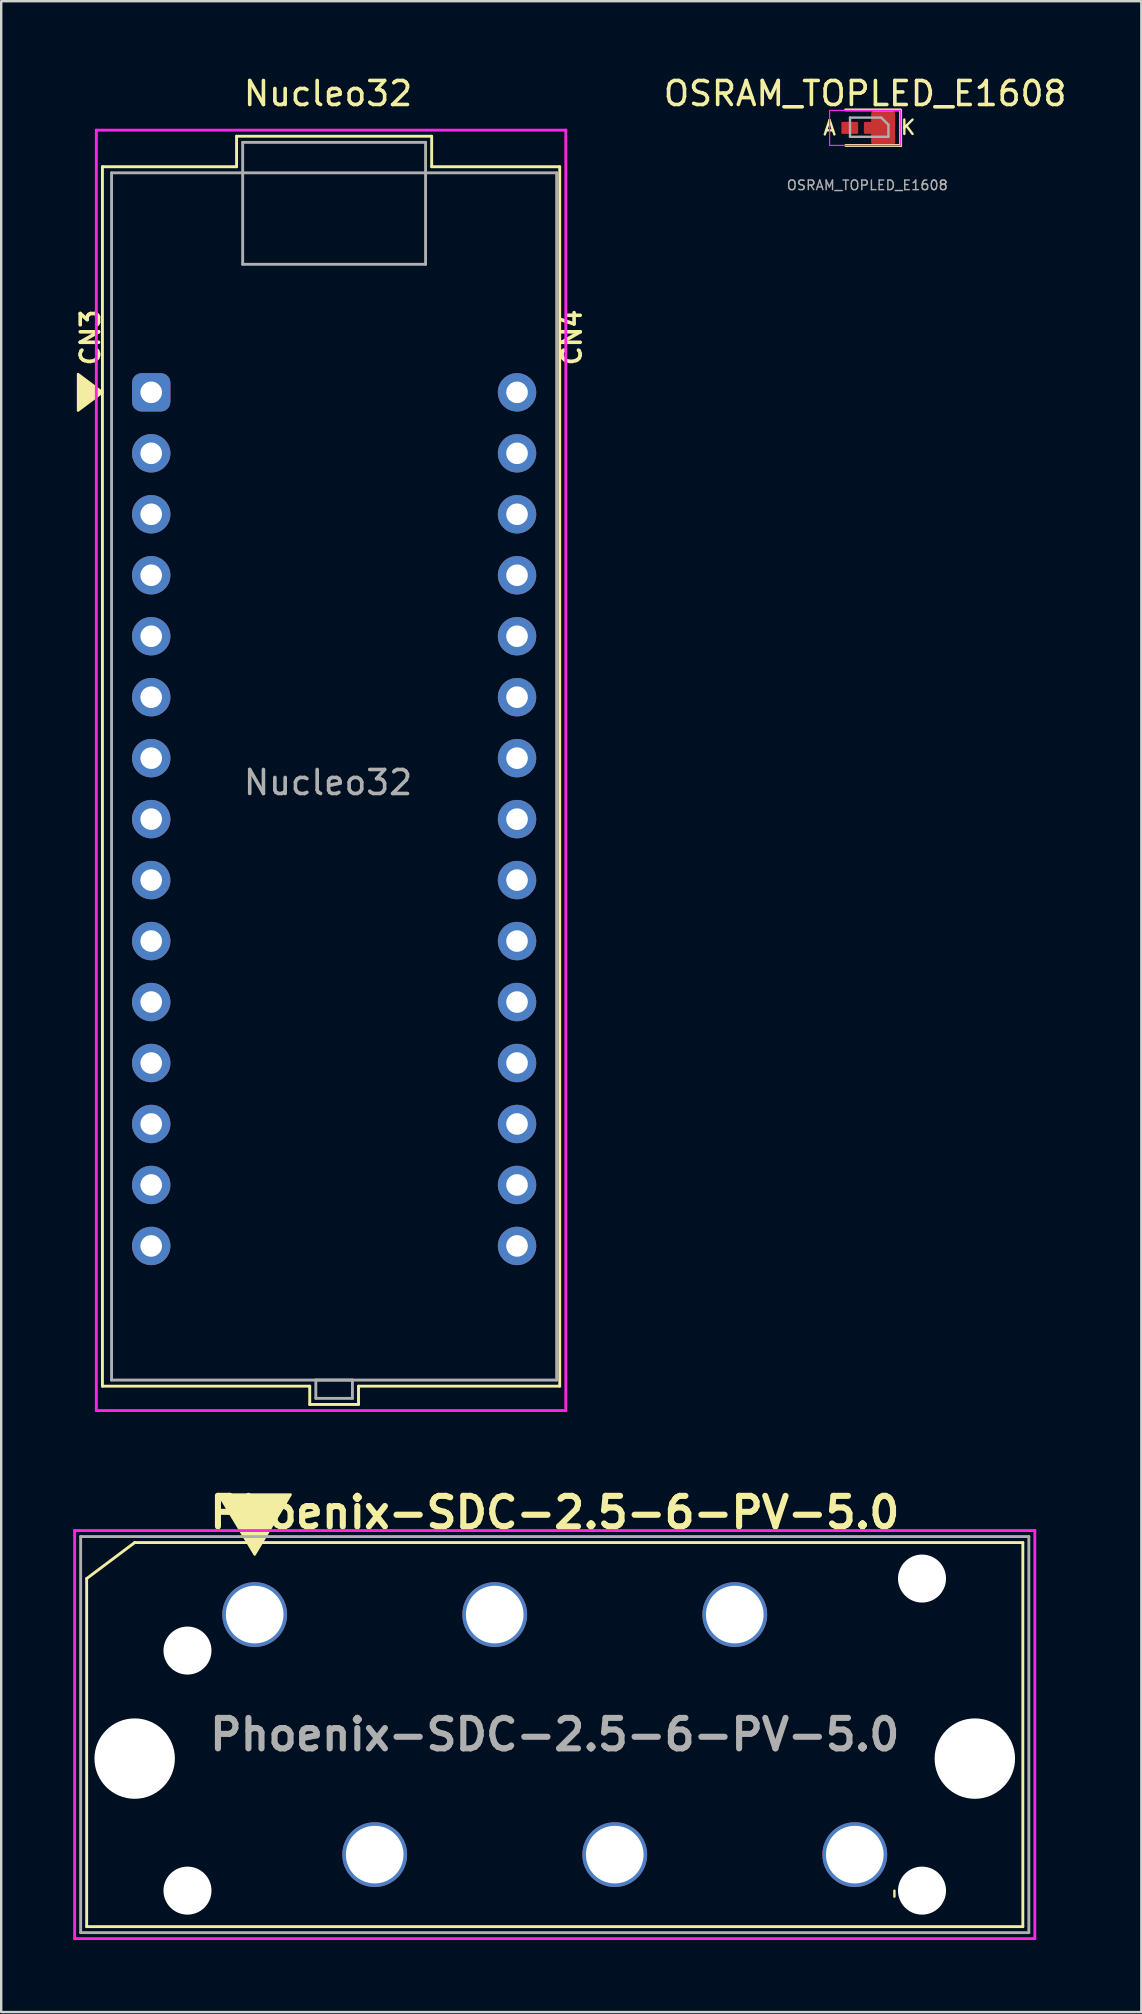
<source format=kicad_pcb>
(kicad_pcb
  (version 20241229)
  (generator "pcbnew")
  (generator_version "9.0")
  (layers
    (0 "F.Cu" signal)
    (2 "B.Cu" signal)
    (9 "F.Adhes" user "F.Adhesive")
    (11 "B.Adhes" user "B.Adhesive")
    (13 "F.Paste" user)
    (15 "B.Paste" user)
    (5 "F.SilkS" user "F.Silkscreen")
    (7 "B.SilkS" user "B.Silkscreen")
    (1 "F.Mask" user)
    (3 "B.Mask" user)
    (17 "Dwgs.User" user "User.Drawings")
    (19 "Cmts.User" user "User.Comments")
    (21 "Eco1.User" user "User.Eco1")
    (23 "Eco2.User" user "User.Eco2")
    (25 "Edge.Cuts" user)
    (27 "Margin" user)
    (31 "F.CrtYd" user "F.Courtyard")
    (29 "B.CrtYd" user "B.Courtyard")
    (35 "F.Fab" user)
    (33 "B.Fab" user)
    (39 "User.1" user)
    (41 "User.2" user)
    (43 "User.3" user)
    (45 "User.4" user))
  (footprint "OSRAM_TOPLED_E1608"
    (layer "F.Cu")
    (at 32.99 2.278)
    (property "Reference" "OSRAM_TOPLED_E1608" (at 0 -1.43 0) (layer "F.SilkS") (effects (font (size 1 1) (thickness 0.15))))
    (attr smd)
    (fp_line (start -0.805 0.73) (end 1.48 0.73) (stroke (width 0.12) (type solid)) (layer "F.SilkS"))
    (fp_line (start 1.47 -0.75) (end -0.815 -0.75) (stroke (width 0.12) (type solid)) (layer "F.SilkS"))
    (fp_line (start 1.48 -0.73) (end 1.48 0.74) (stroke (width 0.12) (type solid)) (layer "F.SilkS"))
    (fp_line (start -1.48 -0.73) (end 1.48 -0.73) (stroke (width 0.05) (type solid)) (layer "F.CrtYd"))
    (fp_line (start -1.48 0.73) (end -1.48 -0.73) (stroke (width 0.05) (type solid)) (layer "F.CrtYd"))
    (fp_line (start 1.48 -0.73) (end 1.48 0.73) (stroke (width 0.05) (type solid)) (layer "F.CrtYd"))
    (fp_line (start 1.48 0.73) (end -1.48 0.73) (stroke (width 0.05) (type solid)) (layer "F.CrtYd"))
    (fp_line (start -0.63 -0.43) (end 0.67 -0.43) (stroke (width 0.1) (type solid)) (layer "F.Fab"))
    (fp_line (start -0.63 0.37) (end -0.63 -0.43) (stroke (width 0.1) (type solid)) (layer "F.Fab"))
    (fp_line (start 0.67 -0.43) (end 0.97 -0.13) (stroke (width 0.1) (type solid)) (layer "F.Fab"))
    (fp_line (start 0.97 -0.13) (end 0.97 0.37) (stroke (width 0.1) (type solid)) (layer "F.Fab"))
    (fp_line (start 0.97 0.37) (end -0.63 0.37) (stroke (width 0.1) (type solid)) (layer "F.Fab"))
    (fp_text user "A" (at -1.48 0 0) (layer "F.SilkS") (effects (font (size 0.6 0.6) (thickness 0.1))))
    (fp_text user "K" (at 1.79 -0.02 0) (layer "F.SilkS") (effects (font (size 0.6 0.6) (thickness 0.1))))
    (fp_text user "${REFERENCE}" (at 0.09 2.39 0) (layer "F.Fab") (effects (font (size 0.4 0.4) (thickness 0.06))))
    (pad "" smd roundrect (at -0.64 0) (size 0.6 0.4) (layers "F.Paste") (roundrect_rratio 0.1))
    (pad "" smd roundrect (at 0.175 0) (size 0.35 0.4) (layers "F.Paste") (roundrect_rratio 0.1))
    (pad "" smd roundrect (at 0.775 0) (size 0.35 0.4) (layers "F.Paste") (roundrect_rratio 0.1))
    (pad "1" smd roundrect (at 0.475 0) (size 1.05 0.5) (layers "F.Cu" "F.Mask") (roundrect_rratio 0.1))
    (pad "1" smd roundrect (at 0.75 0) (size 1 1.4) (layers "F.Cu") (roundrect_rratio 0.1))
    (pad "2" smd roundrect (at -0.64 0) (size 0.7 0.5) (layers "F.Cu" "F.Mask") (roundrect_rratio 0.1)))
  (footprint "Nucleo32"
    (layer "F.Cu")
    (at 3.249 13.294)
    (property "Reference" "Nucleo32" (at 7.366 -12.446 0) (layer "F.SilkS") (effects (font (size 1 1) (thickness 0.15))))
    (attr through_hole)
    (fp_line (start -2.032 -9.398) (end 3.556 -9.398) (stroke (width 0.12) (type solid)) (layer "F.SilkS"))
    (fp_line (start -2.032 41.402) (end -2.032 -9.398) (stroke (width 0.12) (type solid)) (layer "F.SilkS"))
    (fp_line (start 3.556 -10.668) (end 11.684 -10.668) (stroke (width 0.12) (type solid)) (layer "F.SilkS"))
    (fp_line (start 3.556 -9.398) (end 3.556 -10.668) (stroke (width 0.12) (type solid)) (layer "F.SilkS"))
    (fp_line (start 6.604 41.402) (end -2.032 41.402) (stroke (width 0.12) (type solid)) (layer "F.SilkS"))
    (fp_line (start 6.604 42.164) (end 6.604 41.402) (stroke (width 0.12) (type solid)) (layer "F.SilkS"))
    (fp_line (start 8.636 41.402) (end 8.636 42.164) (stroke (width 0.12) (type solid)) (layer "F.SilkS"))
    (fp_line (start 8.636 42.164) (end 6.604 42.164) (stroke (width 0.12) (type solid)) (layer "F.SilkS"))
    (fp_line (start 11.684 -10.668) (end 11.684 -9.398) (stroke (width 0.12) (type solid)) (layer "F.SilkS"))
    (fp_line (start 11.684 -9.398) (end 17.018 -9.398) (stroke (width 0.12) (type solid)) (layer "F.SilkS"))
    (fp_line (start 17.018 -9.398) (end 17.018 41.402) (stroke (width 0.12) (type solid)) (layer "F.SilkS"))
    (fp_line (start 17.018 41.402) (end 8.636 41.402) (stroke (width 0.12) (type solid)) (layer "F.SilkS"))
    (fp_poly (pts (xy -2.032 0) (xy -3.048 0.762) (xy -3.048 -0.762)) (stroke (width 0.1) (type solid)) (fill yes) (layer "F.SilkS"))
    (fp_line (start -2.286 -10.922) (end 17.272 -10.922) (stroke (width 0.12) (type solid)) (layer "F.CrtYd"))
    (fp_line (start -2.286 42.418) (end -2.286 -10.922) (stroke (width 0.12) (type solid)) (layer "F.CrtYd"))
    (fp_line (start 17.272 -10.922) (end 17.272 42.418) (stroke (width 0.12) (type solid)) (layer "F.CrtYd"))
    (fp_line (start 17.272 42.418) (end -2.286 42.418) (stroke (width 0.12) (type solid)) (layer "F.CrtYd"))
    (fp_line (start -1.651 -9.144) (end -1.651 41.148) (stroke (width 0.12) (type solid)) (layer "F.Fab"))
    (fp_line (start -1.651 -9.144) (end 16.891 -9.144) (stroke (width 0.12) (type solid)) (layer "F.Fab"))
    (fp_line (start -1.651 41.148) (end 16.891 41.148) (stroke (width 0.12) (type solid)) (layer "F.Fab"))
    (fp_line (start 3.81 -10.414) (end 3.81 -5.334) (stroke (width 0.12) (type solid)) (layer "F.Fab"))
    (fp_line (start 3.81 -5.334) (end 11.43 -5.334) (stroke (width 0.12) (type solid)) (layer "F.Fab"))
    (fp_line (start 6.858 41.148) (end 6.858 41.91) (stroke (width 0.12) (type solid)) (layer "F.Fab"))
    (fp_line (start 6.858 41.91) (end 8.382 41.91) (stroke (width 0.12) (type solid)) (layer "F.Fab"))
    (fp_line (start 8.382 41.148) (end 6.858 41.148) (stroke (width 0.12) (type solid)) (layer "F.Fab"))
    (fp_line (start 8.382 41.91) (end 8.382 41.148) (stroke (width 0.12) (type solid)) (layer "F.Fab"))
    (fp_line (start 11.43 -10.414) (end 3.81 -10.414) (stroke (width 0.12) (type solid)) (layer "F.Fab"))
    (fp_line (start 11.43 -5.334) (end 11.43 -10.414) (stroke (width 0.12) (type solid)) (layer "F.Fab"))
    (fp_line (start 16.891 -9.144) (end 16.891 41.148) (stroke (width 0.12) (type solid)) (layer "F.Fab"))
    (fp_text user "CN4" (at 17.526 -2.286 270) (layer "F.SilkS") (effects (font (size 0.762 0.762) (thickness 0.15))))
    (fp_text user "CN3" (at -2.54 -2.286 90) (layer "F.SilkS") (effects (font (size 0.762 0.762) (thickness 0.15))))
    (fp_text user "${REFERENCE}" (at 7.366 16.256 0) (layer "F.Fab") (effects (font (size 1 1) (thickness 0.15))))
    (pad "301" thru_hole roundrect (at 0 0) (size 1.6 1.6) (drill 0.9) (layers "*.Cu" "*.Mask") (roundrect_rratio 0.25))
    (pad "302" thru_hole circle (at 0 2.54) (size 1.6 1.6) (drill 0.9) (layers "*.Cu" "*.Mask"))
    (pad "303" thru_hole circle (at 0 5.08) (size 1.6 1.6) (drill 0.9) (layers "*.Cu" "*.Mask"))
    (pad "304" thru_hole circle (at 0 7.62) (size 1.6 1.6) (drill 0.9) (layers "*.Cu" "*.Mask"))
    (pad "305" thru_hole circle (at 0 10.16) (size 1.6 1.6) (drill 0.9) (layers "*.Cu" "*.Mask"))
    (pad "306" thru_hole circle (at 0 12.7) (size 1.6 1.6) (drill 0.9) (layers "*.Cu" "*.Mask"))
    (pad "307" thru_hole circle (at 0 15.24) (size 1.6 1.6) (drill 0.9) (layers "*.Cu" "*.Mask"))
    (pad "308" thru_hole circle (at 0 17.78) (size 1.6 1.6) (drill 0.9) (layers "*.Cu" "*.Mask"))
    (pad "309" thru_hole circle (at 0 20.32) (size 1.6 1.6) (drill 0.9) (layers "*.Cu" "*.Mask"))
    (pad "310" thru_hole circle (at 0 22.86) (size 1.6 1.6) (drill 0.9) (layers "*.Cu" "*.Mask"))
    (pad "311" thru_hole circle (at 0 25.4) (size 1.6 1.6) (drill 0.9) (layers "*.Cu" "*.Mask"))
    (pad "312" thru_hole circle (at 0 27.94) (size 1.6 1.6) (drill 0.9) (layers "*.Cu" "*.Mask"))
    (pad "313" thru_hole circle (at 0 30.48) (size 1.6 1.6) (drill 0.9) (layers "*.Cu" "*.Mask"))
    (pad "314" thru_hole circle (at 0 33.02) (size 1.6 1.6) (drill 0.9) (layers "*.Cu" "*.Mask"))
    (pad "315" thru_hole circle (at 0 35.56) (size 1.6 1.6) (drill 0.9) (layers "*.Cu" "*.Mask"))
    (pad "401" thru_hole circle (at 15.24 0) (size 1.6 1.6) (drill 0.9) (layers "*.Cu" "*.Mask"))
    (pad "402" thru_hole circle (at 15.24 2.54) (size 1.6 1.6) (drill 0.9) (layers "*.Cu" "*.Mask"))
    (pad "403" thru_hole circle (at 15.24 5.08) (size 1.6 1.6) (drill 0.9) (layers "*.Cu" "*.Mask"))
    (pad "404" thru_hole circle (at 15.24 7.62) (size 1.6 1.6) (drill 0.9) (layers "*.Cu" "*.Mask"))
    (pad "405" thru_hole circle (at 15.24 10.16) (size 1.6 1.6) (drill 0.9) (layers "*.Cu" "*.Mask"))
    (pad "406" thru_hole circle (at 15.24 12.7) (size 1.6 1.6) (drill 0.9) (layers "*.Cu" "*.Mask"))
    (pad "407" thru_hole circle (at 15.24 15.24) (size 1.6 1.6) (drill 0.9) (layers "*.Cu" "*.Mask"))
    (pad "408" thru_hole circle (at 15.24 17.78) (size 1.6 1.6) (drill 0.9) (layers "*.Cu" "*.Mask"))
    (pad "409" thru_hole circle (at 15.24 20.32) (size 1.6 1.6) (drill 0.9) (layers "*.Cu" "*.Mask"))
    (pad "410" thru_hole circle (at 15.24 22.86) (size 1.6 1.6) (drill 0.9) (layers "*.Cu" "*.Mask"))
    (pad "411" thru_hole circle (at 15.24 25.4) (size 1.6 1.6) (drill 0.9) (layers "*.Cu" "*.Mask"))
    (pad "412" thru_hole circle (at 15.24 27.94) (size 1.6 1.6) (drill 0.9) (layers "*.Cu" "*.Mask"))
    (pad "413" thru_hole circle (at 15.24 30.48) (size 1.6 1.6) (drill 0.9) (layers "*.Cu" "*.Mask"))
    (pad "414" thru_hole circle (at 15.24 33.02) (size 1.6 1.6) (drill 0.9) (layers "*.Cu" "*.Mask"))
    (pad "415" thru_hole circle (at 15.24 35.56) (size 1.6 1.6) (drill 0.9) (layers "*.Cu" "*.Mask")))
  (footprint "Phoenix-SDC-2.5-6-PV-5.0"
    (layer "F.Cu")
    (at 20.06 69.211)
    (property "Reference" "Phoenix-SDC-2.5-6-PV-5.0" (at 0 -9.25 0) (layer "F.SilkS") (effects (font (size 1.27 1.27) (thickness 0.254))))
    (attr through_hole)
    (fp_line (start -19.5 -6.5) (end -17.5 -8) (stroke (width 0.12) (type solid)) (layer "F.SilkS"))
    (fp_line (start -19.5 8) (end -19.5 -6.5) (stroke (width 0.12) (type solid)) (layer "F.SilkS"))
    (fp_line (start -17.5 -8) (end 19.5 -8) (stroke (width 0.12) (type solid)) (layer "F.SilkS"))
    (fp_line (start 14.15 6.5) (end 14.15 6.75) (stroke (width 0.1) (type solid)) (layer "F.SilkS"))
    (fp_line (start 19.5 -8) (end 19.5 8) (stroke (width 0.12) (type solid)) (layer "F.SilkS"))
    (fp_line (start 19.5 8) (end -19.5 8) (stroke (width 0.12) (type solid)) (layer "F.SilkS"))
    (fp_poly (pts (xy -12.5 -7.5) (xy -14 -10) (xy -11 -10)) (stroke (width 0.1) (type solid)) (fill yes) (layer "F.SilkS"))
    (fp_line (start -20 -8.5) (end 20 -8.5) (stroke (width 0.12) (type solid)) (layer "F.CrtYd"))
    (fp_line (start -20 8.5) (end -20 -8.5) (stroke (width 0.12) (type solid)) (layer "F.CrtYd"))
    (fp_line (start 20 -8.5) (end 20 8.5) (stroke (width 0.12) (type solid)) (layer "F.CrtYd"))
    (fp_line (start 20 8.5) (end -20 8.5) (stroke (width 0.12) (type solid)) (layer "F.CrtYd"))
    (fp_line (start -19.75 -8.25) (end 19.75 -8.25) (stroke (width 0.12) (type solid)) (layer "F.Fab"))
    (fp_line (start -19.75 8.25) (end -19.75 -8.25) (stroke (width 0.12) (type solid)) (layer "F.Fab"))
    (fp_line (start 19.75 -8.25) (end 19.75 8.25) (stroke (width 0.12) (type solid)) (layer "F.Fab"))
    (fp_line (start 19.75 8.25) (end -19.75 8.25) (stroke (width 0.12) (type solid)) (layer "F.Fab"))
    (fp_text user "${REFERENCE}" (at 0 0 0) (layer "F.Fab") (effects (font (size 1.27 1.27) (thickness 0.254))))
    (pad "" np_thru_hole circle (at -17.5 1) (size 3.35 3.35) (drill 3.35) (layers "*.Cu" "*.Mask"))
    (pad "" np_thru_hole circle (at -15.3 -3.5) (size 2 2) (drill 2) (layers "*.Cu" "*.Mask"))
    (pad "" np_thru_hole circle (at -15.3 6.5) (size 2 2) (drill 2) (layers "*.Cu" "*.Mask"))
    (pad "" np_thru_hole circle (at 15.3 -6.5) (size 2 2) (drill 2) (layers "*.Cu" "*.Mask"))
    (pad "" np_thru_hole circle (at 15.3 6.5) (size 2 2) (drill 2) (layers "*.Cu" "*.Mask"))
    (pad "" np_thru_hole circle (at 17.5 1) (size 3.35 3.35) (drill 3.35) (layers "*.Cu" "*.Mask"))
    (pad "1" thru_hole circle (at -12.5 -5) (size 2.7 2.7) (drill 2.4) (layers "*.Cu" "*.Mask"))
    (pad "2" thru_hole circle (at -7.5 5) (size 2.7 2.7) (drill 2.4) (layers "*.Cu" "*.Mask"))
    (pad "3" thru_hole circle (at -2.5 -5) (size 2.7 2.7) (drill 2.4) (layers "*.Cu" "*.Mask"))
    (pad "4" thru_hole circle (at 2.5 5) (size 2.7 2.7) (drill 2.4) (layers "*.Cu" "*.Mask"))
    (pad "5" thru_hole circle (at 7.5 -5) (size 2.7 2.7) (drill 2.4) (layers "*.Cu" "*.Mask"))
    (pad "6" thru_hole circle (at 12.5 5) (size 2.7 2.7) (drill 2.4) (layers "*.Cu" "*.Mask")))
  (gr_rect
    (start -3 -3)
    (end 44.496 80.771)
    (stroke (width 0.1) (type default))
    (fill no)
    (layer "Edge.Cuts")))
</source>
